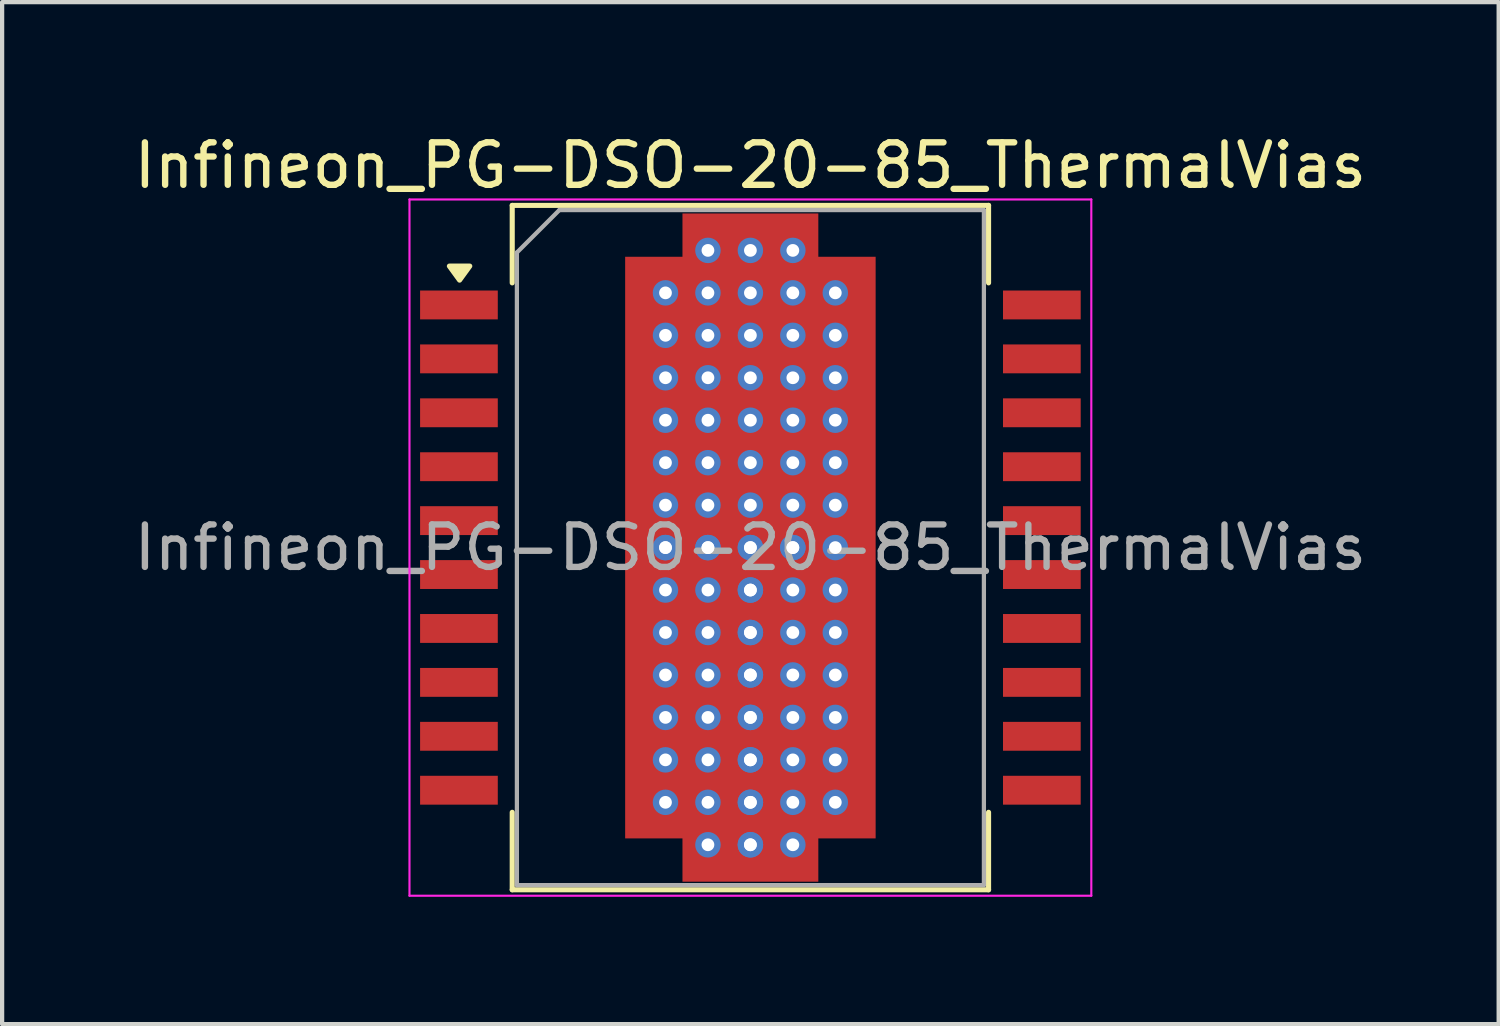
<source format=kicad_pcb>
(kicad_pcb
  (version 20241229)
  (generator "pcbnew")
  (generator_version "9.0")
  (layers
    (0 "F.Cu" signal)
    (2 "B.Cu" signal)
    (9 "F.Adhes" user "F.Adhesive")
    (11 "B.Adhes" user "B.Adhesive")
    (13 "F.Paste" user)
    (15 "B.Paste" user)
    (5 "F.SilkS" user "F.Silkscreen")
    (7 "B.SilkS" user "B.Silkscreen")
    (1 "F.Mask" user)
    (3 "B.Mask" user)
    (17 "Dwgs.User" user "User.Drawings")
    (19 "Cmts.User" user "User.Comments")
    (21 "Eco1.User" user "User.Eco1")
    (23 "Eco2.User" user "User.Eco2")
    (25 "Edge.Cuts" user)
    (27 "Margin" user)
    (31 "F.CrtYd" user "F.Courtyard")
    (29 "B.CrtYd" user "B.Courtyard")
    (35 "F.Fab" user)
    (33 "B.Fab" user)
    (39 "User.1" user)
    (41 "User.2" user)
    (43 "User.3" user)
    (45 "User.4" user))
  (footprint "Infineon_PG-DSO-20-85_ThermalVias"
    (layer "F.Cu")
    (at 14.625 9.848)
    (property "Reference" "Infineon_PG-DSO-20-85_ThermalVias" (at 0 -9 0) (layer "F.SilkS") (effects (font (size 1 1) (thickness 0.15))))
    (attr smd)
    (fp_line (start -5.61 -8.06) (end 5.61 -8.06) (stroke (width 0.12) (type solid)) (layer "F.SilkS"))
    (fp_line (start -5.61 -6.235) (end -5.61 -8.06) (stroke (width 0.12) (type solid)) (layer "F.SilkS"))
    (fp_line (start -5.61 6.235) (end -5.61 8.06) (stroke (width 0.12) (type solid)) (layer "F.SilkS"))
    (fp_line (start 5.61 -6.235) (end 5.61 -8.06) (stroke (width 0.12) (type solid)) (layer "F.SilkS"))
    (fp_line (start 5.61 6.235) (end 5.61 8.06) (stroke (width 0.12) (type solid)) (layer "F.SilkS"))
    (fp_line (start 5.61 8.06) (end -5.61 8.06) (stroke (width 0.12) (type solid)) (layer "F.SilkS"))
    (fp_poly (pts (xy -6.85 -6.3) (xy -7.09 -6.63) (xy -6.61 -6.63) (xy -6.85 -6.3)) (stroke (width 0.12) (type solid)) (fill yes) (layer "F.SilkS"))
    (fp_line (start -8.03 -8.2) (end 8.03 -8.2) (stroke (width 0.05) (type solid)) (layer "F.CrtYd"))
    (fp_line (start -8.03 8.2) (end -8.03 -8.2) (stroke (width 0.05) (type solid)) (layer "F.CrtYd"))
    (fp_line (start -8.03 8.2) (end 8.03 8.2) (stroke (width 0.05) (type solid)) (layer "F.CrtYd"))
    (fp_line (start 8.03 8.2) (end 8.03 -8.2) (stroke (width 0.05) (type solid)) (layer "F.CrtYd"))
    (fp_line (start -5.5 -6.95) (end -4.5 -7.95) (stroke (width 0.1) (type solid)) (layer "F.Fab"))
    (fp_line (start -5.5 7.95) (end -5.5 -6.95) (stroke (width 0.1) (type solid)) (layer "F.Fab"))
    (fp_line (start -4.5 -7.95) (end 5.5 -7.95) (stroke (width 0.1) (type solid)) (layer "F.Fab"))
    (fp_line (start 5.5 -7.95) (end 5.5 7.95) (stroke (width 0.1) (type solid)) (layer "F.Fab"))
    (fp_line (start 5.5 7.95) (end -5.5 7.95) (stroke (width 0.1) (type solid)) (layer "F.Fab"))
    (fp_text user "${REFERENCE}" (at 0 0 0) (layer "F.Fab") (effects (font (size 1 1) (thickness 0.15))))
    (pad "" smd rect (at -1.4 -4.95) (size 2.4 2.8) (layers "F.Paste"))
    (pad "" smd rect (at -1.4 -1.65) (size 2.4 2.8) (layers "F.Paste"))
    (pad "" smd rect (at -1.4 1.65) (size 2.4 2.8) (layers "F.Paste"))
    (pad "" smd rect (at -1.4 4.95) (size 2.4 2.8) (layers "F.Paste"))
    (pad "" smd rect (at 0 -7.36) (size 3.2 1) (layers "F.Paste"))
    (pad "" smd rect (at 0 7.36) (size 3.2 1) (layers "F.Paste"))
    (pad "" smd rect (at 1.4 -4.95) (size 2.4 2.8) (layers "F.Paste"))
    (pad "" smd rect (at 1.4 -1.65) (size 2.4 2.8) (layers "F.Paste"))
    (pad "" smd rect (at 1.4 1.65) (size 2.4 2.8) (layers "F.Paste"))
    (pad "" smd rect (at 1.4 4.95) (size 2.4 2.8) (layers "F.Paste"))
    (pad "1" smd rect (at -6.865 -5.715) (size 1.83 0.68) (layers "F.Cu" "F.Mask" "F.Paste"))
    (pad "1" thru_hole circle (at -2 -6) (size 0.6 0.6) (drill 0.3) (layers "*.Cu" "*.Mask"))
    (pad "1" thru_hole circle (at -2 -5) (size 0.6 0.6) (drill 0.3) (layers "*.Cu" "*.Mask"))
    (pad "1" thru_hole circle (at -2 -4) (size 0.6 0.6) (drill 0.3) (layers "*.Cu" "*.Mask"))
    (pad "1" thru_hole circle (at -2 -3) (size 0.6 0.6) (drill 0.3) (layers "*.Cu" "*.Mask"))
    (pad "1" thru_hole circle (at -2 -2) (size 0.6 0.6) (drill 0.3) (layers "*.Cu" "*.Mask"))
    (pad "1" thru_hole circle (at -2 -1) (size 0.6 0.6) (drill 0.3) (layers "*.Cu" "*.Mask"))
    (pad "1" thru_hole circle (at -2 0) (size 0.6 0.6) (drill 0.3) (layers "*.Cu" "*.Mask"))
    (pad "1" thru_hole circle (at -2 0) (size 0.6 0.6) (drill 0.3) (layers "*.Cu" "*.Mask"))
    (pad "1" thru_hole circle (at -2 1) (size 0.6 0.6) (drill 0.3) (layers "*.Cu" "*.Mask"))
    (pad "1" thru_hole circle (at -2 2) (size 0.6 0.6) (drill 0.3) (layers "*.Cu" "*.Mask"))
    (pad "1" thru_hole circle (at -2 3) (size 0.6 0.6) (drill 0.3) (layers "*.Cu" "*.Mask"))
    (pad "1" thru_hole circle (at -2 4) (size 0.6 0.6) (drill 0.3) (layers "*.Cu" "*.Mask"))
    (pad "1" thru_hole circle (at -2 5) (size 0.6 0.6) (drill 0.3) (layers "*.Cu" "*.Mask"))
    (pad "1" thru_hole circle (at -2 6) (size 0.6 0.6) (drill 0.3) (layers "*.Cu" "*.Mask"))
    (pad "1" thru_hole circle (at -1 -7) (size 0.6 0.6) (drill 0.3) (layers "*.Cu" "*.Mask"))
    (pad "1" thru_hole circle (at -1 -6) (size 0.6 0.6) (drill 0.3) (layers "*.Cu" "*.Mask"))
    (pad "1" thru_hole circle (at -1 -5) (size 0.6 0.6) (drill 0.3) (layers "*.Cu" "*.Mask"))
    (pad "1" thru_hole circle (at -1 -4) (size 0.6 0.6) (drill 0.3) (layers "*.Cu" "*.Mask"))
    (pad "1" thru_hole circle (at -1 -3) (size 0.6 0.6) (drill 0.3) (layers "*.Cu" "*.Mask"))
    (pad "1" thru_hole circle (at -1 -2) (size 0.6 0.6) (drill 0.3) (layers "*.Cu" "*.Mask"))
    (pad "1" thru_hole circle (at -1 -1) (size 0.6 0.6) (drill 0.3) (layers "*.Cu" "*.Mask"))
    (pad "1" thru_hole circle (at -1 0) (size 0.6 0.6) (drill 0.3) (layers "*.Cu" "*.Mask"))
    (pad "1" thru_hole circle (at -1 0) (size 0.6 0.6) (drill 0.3) (layers "*.Cu" "*.Mask"))
    (pad "1" thru_hole circle (at -1 1) (size 0.6 0.6) (drill 0.3) (layers "*.Cu" "*.Mask"))
    (pad "1" thru_hole circle (at -1 2) (size 0.6 0.6) (drill 0.3) (layers "*.Cu" "*.Mask"))
    (pad "1" thru_hole circle (at -1 3) (size 0.6 0.6) (drill 0.3) (layers "*.Cu" "*.Mask"))
    (pad "1" thru_hole circle (at -1 4) (size 0.6 0.6) (drill 0.3) (layers "*.Cu" "*.Mask"))
    (pad "1" thru_hole circle (at -1 5) (size 0.6 0.6) (drill 0.3) (layers "*.Cu" "*.Mask"))
    (pad "1" thru_hole circle (at -1 6) (size 0.6 0.6) (drill 0.3) (layers "*.Cu" "*.Mask"))
    (pad "1" thru_hole circle (at -1 7) (size 0.6 0.6) (drill 0.3) (layers "*.Cu" "*.Mask"))
    (pad "1" thru_hole circle (at 0 -7) (size 0.6 0.6) (drill 0.3) (layers "*.Cu" "*.Mask"))
    (pad "1" thru_hole circle (at 0 -6) (size 0.6 0.6) (drill 0.3) (layers "*.Cu" "*.Mask"))
    (pad "1" thru_hole circle (at 0 -5) (size 0.6 0.6) (drill 0.3) (layers "*.Cu" "*.Mask"))
    (pad "1" thru_hole circle (at 0 -4) (size 0.6 0.6) (drill 0.3) (layers "*.Cu" "*.Mask"))
    (pad "1" thru_hole circle (at 0 -3) (size 0.6 0.6) (drill 0.3) (layers "*.Cu" "*.Mask"))
    (pad "1" thru_hole circle (at 0 -2) (size 0.6 0.6) (drill 0.3) (layers "*.Cu" "*.Mask"))
    (pad "1" thru_hole circle (at 0 -1) (size 0.6 0.6) (drill 0.3) (layers "*.Cu" "*.Mask"))
    (pad "1" thru_hole circle (at 0 0) (size 0.6 0.6) (drill 0.3) (layers "*.Cu" "*.Mask"))
    (pad "1" thru_hole circle (at 0 0) (size 0.6 0.6) (drill 0.3) (layers "*.Cu" "*.Mask"))
    (pad "1" thru_hole circle (at 0 1) (size 0.6 0.6) (drill 0.3) (layers "*.Cu" "*.Mask"))
    (pad "1" thru_hole circle (at 0 1) (size 0.6 0.6) (drill 0.3) (layers "*.Cu" "*.Mask"))
    (pad "1" thru_hole circle (at 0 2) (size 0.6 0.6) (drill 0.3) (layers "*.Cu" "*.Mask"))
    (pad "1" thru_hole circle (at 0 2) (size 0.6 0.6) (drill 0.3) (layers "*.Cu" "*.Mask"))
    (pad "1" thru_hole circle (at 0 3) (size 0.6 0.6) (drill 0.3) (layers "*.Cu" "*.Mask"))
    (pad "1" thru_hole circle (at 0 3) (size 0.6 0.6) (drill 0.3) (layers "*.Cu" "*.Mask"))
    (pad "1" thru_hole circle (at 0 4) (size 0.6 0.6) (drill 0.3) (layers "*.Cu" "*.Mask"))
    (pad "1" thru_hole circle (at 0 4) (size 0.6 0.6) (drill 0.3) (layers "*.Cu" "*.Mask"))
    (pad "1" thru_hole circle (at 0 5) (size 0.6 0.6) (drill 0.3) (layers "*.Cu" "*.Mask"))
    (pad "1" thru_hole circle (at 0 5) (size 0.6 0.6) (drill 0.3) (layers "*.Cu" "*.Mask"))
    (pad "1" thru_hole circle (at 0 6) (size 0.6 0.6) (drill 0.3) (layers "*.Cu" "*.Mask"))
    (pad "1" thru_hole circle (at 0 6) (size 0.6 0.6) (drill 0.3) (layers "*.Cu" "*.Mask"))
    (pad "1" thru_hole circle (at 0 7) (size 0.6 0.6) (drill 0.3) (layers "*.Cu" "*.Mask"))
    (pad "1" thru_hole circle (at 0 7) (size 0.6 0.6) (drill 0.3) (layers "*.Cu" "*.Mask"))
    (pad "1" thru_hole circle (at 1 -7) (size 0.6 0.6) (drill 0.3) (layers "*.Cu" "*.Mask"))
    (pad "1" thru_hole circle (at 1 -6) (size 0.6 0.6) (drill 0.3) (layers "*.Cu" "*.Mask"))
    (pad "1" thru_hole circle (at 1 -5) (size 0.6 0.6) (drill 0.3) (layers "*.Cu" "*.Mask"))
    (pad "1" thru_hole circle (at 1 -4) (size 0.6 0.6) (drill 0.3) (layers "*.Cu" "*.Mask"))
    (pad "1" thru_hole circle (at 1 -3) (size 0.6 0.6) (drill 0.3) (layers "*.Cu" "*.Mask"))
    (pad "1" thru_hole circle (at 1 -2) (size 0.6 0.6) (drill 0.3) (layers "*.Cu" "*.Mask"))
    (pad "1" thru_hole circle (at 1 -1) (size 0.6 0.6) (drill 0.3) (layers "*.Cu" "*.Mask"))
    (pad "1" thru_hole circle (at 1 0) (size 0.6 0.6) (drill 0.3) (layers "*.Cu" "*.Mask"))
    (pad "1" thru_hole circle (at 1 0) (size 0.6 0.6) (drill 0.3) (layers "*.Cu" "*.Mask"))
    (pad "1" thru_hole circle (at 1 1) (size 0.6 0.6) (drill 0.3) (layers "*.Cu" "*.Mask"))
    (pad "1" thru_hole circle (at 1 2) (size 0.6 0.6) (drill 0.3) (layers "*.Cu" "*.Mask"))
    (pad "1" thru_hole circle (at 1 3) (size 0.6 0.6) (drill 0.3) (layers "*.Cu" "*.Mask"))
    (pad "1" thru_hole circle (at 1 4) (size 0.6 0.6) (drill 0.3) (layers "*.Cu" "*.Mask"))
    (pad "1" thru_hole circle (at 1 5) (size 0.6 0.6) (drill 0.3) (layers "*.Cu" "*.Mask"))
    (pad "1" thru_hole circle (at 1 6) (size 0.6 0.6) (drill 0.3) (layers "*.Cu" "*.Mask"))
    (pad "1" thru_hole circle (at 1 7) (size 0.6 0.6) (drill 0.3) (layers "*.Cu" "*.Mask"))
    (pad "1" thru_hole circle (at 2 -6) (size 0.6 0.6) (drill 0.3) (layers "*.Cu" "*.Mask"))
    (pad "1" thru_hole circle (at 2 -5) (size 0.6 0.6) (drill 0.3) (layers "*.Cu" "*.Mask"))
    (pad "1" thru_hole circle (at 2 -4) (size 0.6 0.6) (drill 0.3) (layers "*.Cu" "*.Mask"))
    (pad "1" thru_hole circle (at 2 -3) (size 0.6 0.6) (drill 0.3) (layers "*.Cu" "*.Mask"))
    (pad "1" thru_hole circle (at 2 -2) (size 0.6 0.6) (drill 0.3) (layers "*.Cu" "*.Mask"))
    (pad "1" thru_hole circle (at 2 -1) (size 0.6 0.6) (drill 0.3) (layers "*.Cu" "*.Mask"))
    (pad "1" thru_hole circle (at 2 0) (size 0.6 0.6) (drill 0.3) (layers "*.Cu" "*.Mask"))
    (pad "1" thru_hole circle (at 2 1) (size 0.6 0.6) (drill 0.3) (layers "*.Cu" "*.Mask"))
    (pad "1" thru_hole circle (at 2 2) (size 0.6 0.6) (drill 0.3) (layers "*.Cu" "*.Mask"))
    (pad "1" thru_hole circle (at 2 3) (size 0.6 0.6) (drill 0.3) (layers "*.Cu" "*.Mask"))
    (pad "1" thru_hole circle (at 2 4) (size 0.6 0.6) (drill 0.3) (layers "*.Cu" "*.Mask"))
    (pad "1" thru_hole circle (at 2 5) (size 0.6 0.6) (drill 0.3) (layers "*.Cu" "*.Mask"))
    (pad "1" thru_hole circle (at 2 6) (size 0.6 0.6) (drill 0.3) (layers "*.Cu" "*.Mask"))
    (pad "2" smd rect (at -6.865 -4.445) (size 1.83 0.68) (layers "F.Cu" "F.Mask" "F.Paste"))
    (pad "3" smd rect (at -6.865 -3.175) (size 1.83 0.68) (layers "F.Cu" "F.Mask" "F.Paste"))
    (pad "4" smd rect (at -6.865 -1.905) (size 1.83 0.68) (layers "F.Cu" "F.Mask" "F.Paste"))
    (pad "5" smd rect (at -6.865 -0.635) (size 1.83 0.68) (layers "F.Cu" "F.Mask" "F.Paste"))
    (pad "6" smd rect (at -6.865 0.635) (size 1.83 0.68) (layers "F.Cu" "F.Mask" "F.Paste"))
    (pad "7" smd rect (at -6.865 1.905) (size 1.83 0.68) (layers "F.Cu" "F.Mask" "F.Paste"))
    (pad "8" smd rect (at -6.865 3.175) (size 1.83 0.68) (layers "F.Cu" "F.Mask" "F.Paste"))
    (pad "9" smd rect (at -6.865 4.445) (size 1.83 0.68) (layers "F.Cu" "F.Mask" "F.Paste"))
    (pad "10" smd rect (at -6.865 5.715) (size 1.83 0.68) (layers "F.Cu" "F.Mask" "F.Paste"))
    (pad "11" smd rect (at 6.865 5.715) (size 1.83 0.68) (layers "F.Cu" "F.Mask" "F.Paste"))
    (pad "12" smd rect (at 6.865 4.445) (size 1.83 0.68) (layers "F.Cu" "F.Mask" "F.Paste"))
    (pad "13" smd rect (at 6.865 3.175) (size 1.83 0.68) (layers "F.Cu" "F.Mask" "F.Paste"))
    (pad "14" smd rect (at 6.865 1.905) (size 1.83 0.68) (layers "F.Cu" "F.Mask" "F.Paste"))
    (pad "15" smd rect (at 6.865 0.635) (size 1.83 0.68) (layers "F.Cu" "F.Mask" "F.Paste"))
    (pad "16" smd rect (at 6.865 -0.635) (size 1.83 0.68) (layers "F.Cu" "F.Mask" "F.Paste"))
    (pad "17" smd rect (at 6.865 -1.905) (size 1.83 0.68) (layers "F.Cu" "F.Mask" "F.Paste"))
    (pad "18" smd rect (at 6.865 -3.175) (size 1.83 0.68) (layers "F.Cu" "F.Mask" "F.Paste"))
    (pad "19" smd rect (at 6.865 -4.445) (size 1.83 0.68) (layers "F.Cu" "F.Mask" "F.Paste"))
    (pad "20" smd rect (at 6.865 -5.715) (size 1.83 0.68) (layers "F.Cu" "F.Mask" "F.Paste"))
    (pad "21" smd custom (at 0 0) (size 5.9 13.7) (layers "F.Cu" "F.Mask") (options (anchor rect)) (primitives (gr_poly (pts (xy 1.6 7.87) (xy -1.6 7.87) (xy -1.6 -7.87) (xy 1.6 -7.87)) (width 0) (fill yes)))))
  (gr_rect
    (start -3 -3)
    (end 32.25 21.073)
    (stroke (width 0.1) (type default))
    (fill no)
    (layer "Edge.Cuts")))
</source>
